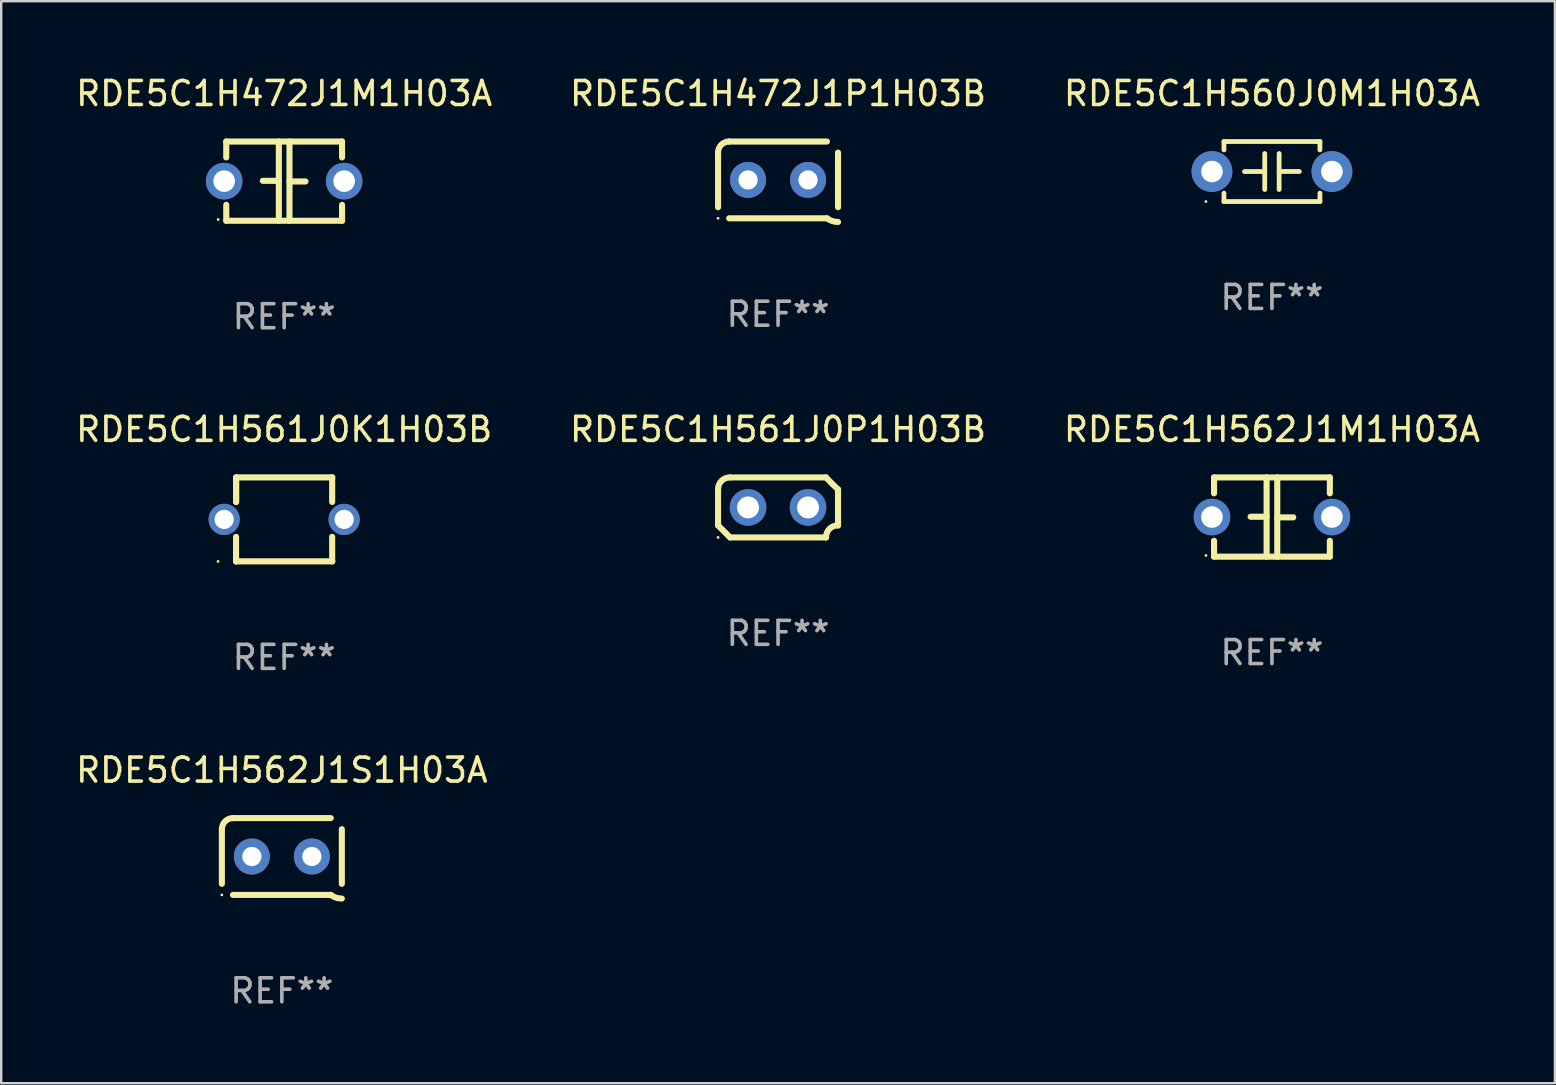
<source format=kicad_pcb>
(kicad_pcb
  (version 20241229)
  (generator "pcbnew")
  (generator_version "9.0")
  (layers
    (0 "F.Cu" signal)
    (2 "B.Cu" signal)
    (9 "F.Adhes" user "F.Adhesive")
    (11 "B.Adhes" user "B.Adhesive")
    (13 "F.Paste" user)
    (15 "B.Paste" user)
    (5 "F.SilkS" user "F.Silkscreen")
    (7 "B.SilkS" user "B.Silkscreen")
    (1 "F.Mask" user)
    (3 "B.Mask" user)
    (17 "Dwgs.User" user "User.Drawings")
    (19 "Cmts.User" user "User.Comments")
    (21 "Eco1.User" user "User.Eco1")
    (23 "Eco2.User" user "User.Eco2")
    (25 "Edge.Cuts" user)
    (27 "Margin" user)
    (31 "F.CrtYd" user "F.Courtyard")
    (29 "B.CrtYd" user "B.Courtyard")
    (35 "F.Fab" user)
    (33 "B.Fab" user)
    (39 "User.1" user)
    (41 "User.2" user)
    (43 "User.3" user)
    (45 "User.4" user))
  (footprint "RDE5C1H472J1P1H03B"
    (layer "F.Cu")
    (at 29.375 4.448)
    (property "Reference" "RDE5C1H472J1P1H03B" (at 0 -3.6 0) (layer "F.SilkS") (effects (font (size 1 1) (thickness 0.15))))
    (attr through_hole)
    (fp_line (start -2.5 1.138) (end -2.5 -1.138) (stroke (width 0.254) (type solid)) (layer "F.SilkS"))
    (fp_line (start -2.038 1.6) (end 2.038 1.6) (stroke (width 0.254) (type solid)) (layer "F.SilkS"))
    (fp_line (start 2.038 -1.6) (end -2.038 -1.6) (stroke (width 0.254) (type solid)) (layer "F.SilkS"))
    (fp_line (start 2.5 -1.138) (end 2.5 1.138) (stroke (width 0.254) (type solid)) (layer "F.SilkS"))
    (fp_arc (start -2.5 -1.137744) (mid -2.364601 -1.464626) (end -2.037719 -1.600025) (stroke (width 0.254001) (type solid)) (layer "F.SilkS"))
    (fp_arc (start -2.5 1.137719) (mid 2.500022 -1.137741) (end -2.5 1.137719) (stroke (width 0.254001) (type solid)) (layer "F.SilkS"))
    (fp_arc (start 2.5 1.751767) (mid 2.256726 1.712861) (end 2.037719 1.600025) (stroke (width 0.254001) (type solid)) (layer "F.SilkS"))
    (fp_circle (center -2.5 1.6) (end -2.47 1.6) (stroke (width 0.06) (type solid)) (fill no) (layer "F.SilkS"))
    (fp_text user "REF**" (at 0 5.6 0) (layer "F.Fab") (effects (font (size 1 1) (thickness 0.15))))
    (pad "1" thru_hole circle (at -1.25 -0.000076) (size 1.5 1.5) (drill 0.8) (layers "*.Cu" "*.Mask"))
    (pad "2" thru_hole circle (at 1.25 -0.000076) (size 1.5 1.5) (drill 0.8) (layers "*.Cu" "*.Mask")))
  (footprint "RDE5C1H561J0P1H03B"
    (layer "F.Cu")
    (at 29.375 18.097)
    (property "Reference" "RDE5C1H561J0P1H03B" (at 0 -3.25 0) (layer "F.SilkS") (effects (font (size 1 1) (thickness 0.15))))
    (attr through_hole)
    (fp_line (start -2.5 -0.75) (end -2.5 0.75) (stroke (width 0.254) (type solid)) (layer "F.SilkS"))
    (fp_line (start -2 -1.25) (end 2 -1.25) (stroke (width 0.254) (type solid)) (layer "F.SilkS"))
    (fp_line (start 2 1.25) (end -2 1.25) (stroke (width 0.254) (type solid)) (layer "F.SilkS"))
    (fp_line (start 2.5 0.75) (end 2.5 -0.75) (stroke (width 0.254) (type solid)) (layer "F.SilkS"))
    (fp_arc (start -2.5 0.749962) (mid -2.249559 0.999558) (end -1.99929 1.249325) (stroke (width 0.254001) (type solid)) (layer "F.SilkS"))
    (fp_arc (start -2.499366 -0.749302) (mid -2.356411 -1.106098) (end -2 -1.250013) (stroke (width 0.254001) (type solid)) (layer "F.SilkS"))
    (fp_arc (start 2 1.250013) (mid 2.142747 0.89301) (end 2.499364 0.749302) (stroke (width 0.254001) (type solid)) (layer "F.SilkS"))
    (fp_arc (start 2.5 -0.749962) (mid 2.245609 -0.995598) (end 1.999289 -1.249327) (stroke (width 0.254001) (type solid)) (layer "F.SilkS"))
    (fp_circle (center -2.5 1.25) (end -2.47 1.25) (stroke (width 0.06) (type solid)) (fill no) (layer "F.SilkS"))
    (fp_text user "REF**" (at 0 5.25 0) (layer "F.Fab") (effects (font (size 1 1) (thickness 0.15))))
    (pad "1" thru_hole circle (at -1.25 0) (size 1.524 1.524) (drill 0.914) (layers "*.Cu" "*.Mask"))
    (pad "2" thru_hole circle (at 1.25 0) (size 1.524 1.524) (drill 0.914) (layers "*.Cu" "*.Mask")))
  (footprint "RDE5C1H561J0K1H03B"
    (layer "F.Cu")
    (at 8.792 18.597)
    (property "Reference" "RDE5C1H561J0K1H03B" (at 0 -3.751 0) (layer "F.SilkS") (effects (font (size 1 1) (thickness 0.15))))
    (attr through_hole)
    (fp_line (start -2.005 -1.599) (end -2.005 -1.599) (stroke (width 0.254) (type solid)) (layer "F.SilkS"))
    (fp_line (start -2.005 -1.599) (end -2 -1.748) (stroke (width 0.254) (type solid)) (layer "F.SilkS"))
    (fp_line (start -2.005 -0.73) (end -2.005 -1.599) (stroke (width 0.254) (type solid)) (layer "F.SilkS"))
    (fp_line (start -2.005 1.751) (end -2.005 0.727) (stroke (width 0.254) (type solid)) (layer "F.SilkS"))
    (fp_line (start -2 1.746) (end -2.005 1.751) (stroke (width 0.254) (type solid)) (layer "F.SilkS"))
    (fp_line (start -2 -1.748) (end -1.998 -1.751) (stroke (width 0.254) (type solid)) (layer "F.SilkS"))
    (fp_line (start -2 -0.726) (end -2 -1.748) (stroke (width 0.254) (type solid)) (layer "F.SilkS"))
    (fp_line (start -1.998 -1.751) (end 2 -1.751) (stroke (width 0.254) (type solid)) (layer "F.SilkS"))
    (fp_line (start 2 -1.751) (end 2.001 -1.75) (stroke (width 0.254) (type solid)) (layer "F.SilkS"))
    (fp_line (start 2.001 -1.75) (end 2.001 -0.727) (stroke (width 0.254) (type solid)) (layer "F.SilkS"))
    (fp_line (start 2.001 0.724) (end 2.001 1.744) (stroke (width 0.254) (type solid)) (layer "F.SilkS"))
    (fp_line (start 2.001 1.744) (end 2.003 1.746) (stroke (width 0.254) (type solid)) (layer "F.SilkS"))
    (fp_line (start 2.003 1.746) (end -2 1.746) (stroke (width 0.254) (type solid)) (layer "F.SilkS"))
    (fp_circle (center -2.755 1.749) (end -2.725 1.749) (stroke (width 0.06) (type solid)) (fill no) (layer "F.SilkS"))
    (fp_text user "REF**" (at 0 5.751 0) (layer "F.Fab") (effects (font (size 1 1) (thickness 0.15))))
    (pad "1" thru_hole circle (at -2.5 -0.001) (size 1.3 1.3) (drill 0.8) (layers "*.Cu" "*.Mask"))
    (pad "2" thru_hole circle (at 2.5 -0.001) (size 1.3 1.3) (drill 0.8) (layers "*.Cu" "*.Mask")))
  (footprint "RDE5C1H562J1S1H03A"
    (layer "F.Cu")
    (at 8.696 32.645)
    (property "Reference" "RDE5C1H562J1S1H03A" (at 0 -3.6 0) (layer "F.SilkS") (effects (font (size 1 1) (thickness 0.15))))
    (attr through_hole)
    (fp_line (start -2.5 1.138) (end -2.5 -1.138) (stroke (width 0.254) (type solid)) (layer "F.SilkS"))
    (fp_line (start -2.038 1.6) (end 2.038 1.6) (stroke (width 0.254) (type solid)) (layer "F.SilkS"))
    (fp_line (start 2.038 -1.6) (end -2.038 -1.6) (stroke (width 0.254) (type solid)) (layer "F.SilkS"))
    (fp_line (start 2.5 -1.138) (end 2.5 1.138) (stroke (width 0.254) (type solid)) (layer "F.SilkS"))
    (fp_arc (start -2.5 -1.137744) (mid -2.364601 -1.464626) (end -2.037719 -1.600025) (stroke (width 0.254001) (type solid)) (layer "F.SilkS"))
    (fp_arc (start -2.5 1.137719) (mid 2.500022 -1.137741) (end -2.5 1.137719) (stroke (width 0.254001) (type solid)) (layer "F.SilkS"))
    (fp_arc (start 2.5 1.751767) (mid 2.256726 1.712861) (end 2.037719 1.600025) (stroke (width 0.254001) (type solid)) (layer "F.SilkS"))
    (fp_circle (center -2.5 1.6) (end -2.47 1.6) (stroke (width 0.06) (type solid)) (fill no) (layer "F.SilkS"))
    (fp_text user "REF**" (at 0 5.6 0) (layer "F.Fab") (effects (font (size 1 1) (thickness 0.15))))
    (pad "1" thru_hole circle (at -1.25 -0.000076) (size 1.5 1.5) (drill 0.8) (layers "*.Cu" "*.Mask"))
    (pad "2" thru_hole circle (at 1.25 -0.000076) (size 1.5 1.5) (drill 0.8) (layers "*.Cu" "*.Mask")))
  (footprint "RDE5C1H562J1M1H03A"
    (layer "F.Cu")
    (at 49.958 18.498)
    (property "Reference" "RDE5C1H562J1M1H03A" (at 0 -3.651 0) (layer "F.SilkS") (effects (font (size 1 1) (thickness 0.15))))
    (attr through_hole)
    (fp_line (start -2.413 -1.651) (end 2.413 -1.651) (stroke (width 0.254) (type solid)) (layer "F.SilkS"))
    (fp_line (start -2.413 -0.989) (end -2.413 -1.651) (stroke (width 0.254) (type solid)) (layer "F.SilkS"))
    (fp_line (start -2.413 1.651) (end -2.413 0.989) (stroke (width 0.254) (type solid)) (layer "F.SilkS"))
    (fp_line (start -0.222 -0.013) (end -0.889 -0.013) (stroke (width 0.254) (type solid)) (layer "F.SilkS"))
    (fp_line (start -0.222 1.651) (end -0.222 -1.651) (stroke (width 0.254) (type solid)) (layer "F.SilkS"))
    (fp_line (start 0.222 -1.651) (end 0.222 1.651) (stroke (width 0.254) (type solid)) (layer "F.SilkS"))
    (fp_line (start 0.222 0.013) (end 0.889 0.013) (stroke (width 0.254) (type solid)) (layer "F.SilkS"))
    (fp_line (start 2.413 -1.651) (end 2.413 -0.989) (stroke (width 0.254) (type solid)) (layer "F.SilkS"))
    (fp_line (start 2.413 0.989) (end 2.413 1.651) (stroke (width 0.254) (type solid)) (layer "F.SilkS"))
    (fp_line (start 2.413 1.651) (end -2.413 1.651) (stroke (width 0.254) (type solid)) (layer "F.SilkS"))
    (fp_circle (center -2.75 1.6) (end -2.72 1.6) (stroke (width 0.06) (type solid)) (fill no) (layer "F.SilkS"))
    (fp_text user "REF**" (at 0 5.651 0) (layer "F.Fab") (effects (font (size 1 1) (thickness 0.15))))
    (pad "1" thru_hole circle (at -2.5 0) (size 1.524 1.524) (drill 0.9) (layers "*.Cu" "*.Mask"))
    (pad "2" thru_hole circle (at 2.5 0) (size 1.524 1.524) (drill 0.9) (layers "*.Cu" "*.Mask")))
  (footprint "RDE5C1H472J1M1H03A"
    (layer "F.Cu")
    (at 8.792 4.499)
    (property "Reference" "RDE5C1H472J1M1H03A" (at 0 -3.651 0) (layer "F.SilkS") (effects (font (size 1 1) (thickness 0.15))))
    (attr through_hole)
    (fp_line (start -2.413 -1.651) (end 2.413 -1.651) (stroke (width 0.254) (type solid)) (layer "F.SilkS"))
    (fp_line (start -2.413 -0.989) (end -2.413 -1.651) (stroke (width 0.254) (type solid)) (layer "F.SilkS"))
    (fp_line (start -2.413 1.651) (end -2.413 0.989) (stroke (width 0.254) (type solid)) (layer "F.SilkS"))
    (fp_line (start -0.222 -0.013) (end -0.889 -0.013) (stroke (width 0.254) (type solid)) (layer "F.SilkS"))
    (fp_line (start -0.222 1.651) (end -0.222 -1.651) (stroke (width 0.254) (type solid)) (layer "F.SilkS"))
    (fp_line (start 0.222 -1.651) (end 0.222 1.651) (stroke (width 0.254) (type solid)) (layer "F.SilkS"))
    (fp_line (start 0.222 0.013) (end 0.889 0.013) (stroke (width 0.254) (type solid)) (layer "F.SilkS"))
    (fp_line (start 2.413 -1.651) (end 2.413 -0.989) (stroke (width 0.254) (type solid)) (layer "F.SilkS"))
    (fp_line (start 2.413 0.989) (end 2.413 1.651) (stroke (width 0.254) (type solid)) (layer "F.SilkS"))
    (fp_line (start 2.413 1.651) (end -2.413 1.651) (stroke (width 0.254) (type solid)) (layer "F.SilkS"))
    (fp_circle (center -2.75 1.6) (end -2.72 1.6) (stroke (width 0.06) (type solid)) (fill no) (layer "F.SilkS"))
    (fp_text user "REF**" (at 0 5.651 0) (layer "F.Fab") (effects (font (size 1 1) (thickness 0.15))))
    (pad "1" thru_hole circle (at -2.5 0) (size 1.524 1.524) (drill 0.9) (layers "*.Cu" "*.Mask"))
    (pad "2" thru_hole circle (at 2.5 0) (size 1.524 1.524) (drill 0.9) (layers "*.Cu" "*.Mask")))
  (footprint "RDE5C1H560J0M1H03A"
    (layer "F.Cu")
    (at 49.958 4.098)
    (property "Reference" "RDE5C1H560J0M1H03A" (at 0 -3.25 0) (layer "F.SilkS") (effects (font (size 1 1) (thickness 0.15))))
    (attr through_hole)
    (fp_line (start -2 -1.25) (end -2 -0.901) (stroke (width 0.2) (type solid)) (layer "F.SilkS"))
    (fp_line (start -2 -1.25) (end 2 -1.25) (stroke (width 0.2) (type solid)) (layer "F.SilkS"))
    (fp_line (start -2 0.901) (end -2 1.25) (stroke (width 0.2) (type solid)) (layer "F.SilkS"))
    (fp_line (start -0.3 -0.75) (end -0.3 0.75) (stroke (width 0.2) (type solid)) (layer "F.SilkS"))
    (fp_line (start -0.3 0.001) (end -1.143 0.001) (stroke (width 0.2) (type solid)) (layer "F.SilkS"))
    (fp_line (start 0.3 -0.001) (end 1.143 -0.001) (stroke (width 0.2) (type solid)) (layer "F.SilkS"))
    (fp_line (start 0.3 0.75) (end 0.3 -0.75) (stroke (width 0.2) (type solid)) (layer "F.SilkS"))
    (fp_line (start 2 -1.25) (end 2 -0.901) (stroke (width 0.2) (type solid)) (layer "F.SilkS"))
    (fp_line (start 2 0.901) (end 2 1.25) (stroke (width 0.2) (type solid)) (layer "F.SilkS"))
    (fp_line (start 2 1.25) (end -2 1.25) (stroke (width 0.2) (type solid)) (layer "F.SilkS"))
    (fp_circle (center -2.75 1.25) (end -2.72 1.25) (stroke (width 0.06) (type solid)) (fill no) (layer "F.SilkS"))
    (fp_text user "REF**" (at 0 5.25 0) (layer "F.Fab") (effects (font (size 1 1) (thickness 0.15))))
    (pad "1" thru_hole circle (at -2.5 0) (size 1.7 1.7) (drill 0.9) (layers "*.Cu" "*.Mask"))
    (pad "2" thru_hole circle (at 2.5 0) (size 1.7 1.7) (drill 0.9) (layers "*.Cu" "*.Mask")))
  (gr_rect
    (start -3 -3)
    (end 61.75 42.093)
    (stroke (width 0.1) (type default))
    (fill no)
    (layer "Edge.Cuts")))
</source>
